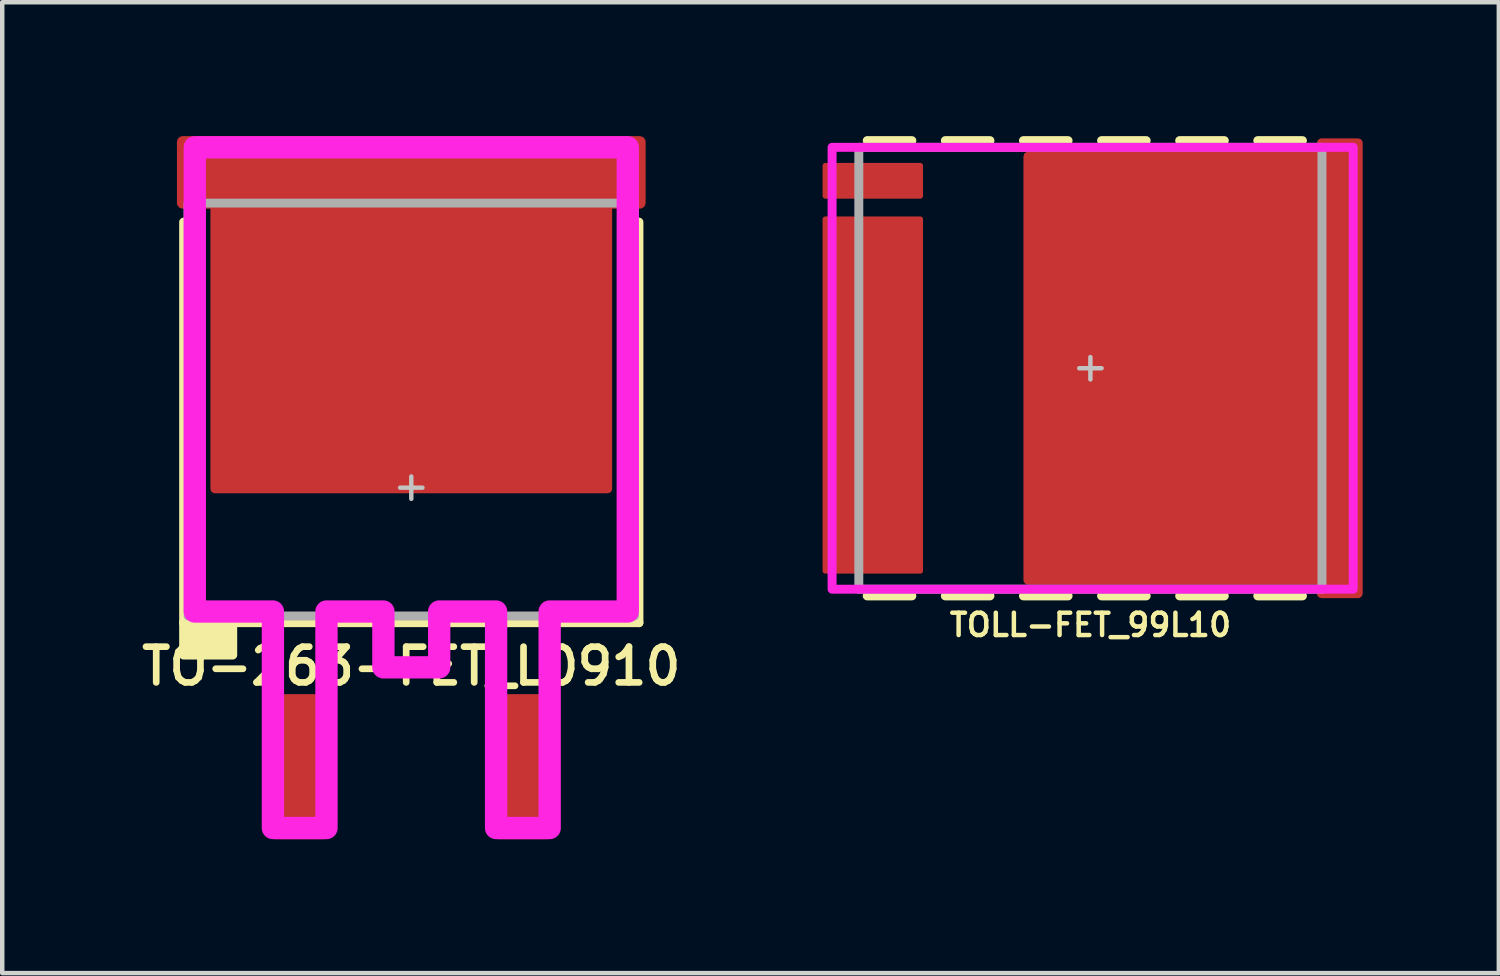
<source format=kicad_pcb>
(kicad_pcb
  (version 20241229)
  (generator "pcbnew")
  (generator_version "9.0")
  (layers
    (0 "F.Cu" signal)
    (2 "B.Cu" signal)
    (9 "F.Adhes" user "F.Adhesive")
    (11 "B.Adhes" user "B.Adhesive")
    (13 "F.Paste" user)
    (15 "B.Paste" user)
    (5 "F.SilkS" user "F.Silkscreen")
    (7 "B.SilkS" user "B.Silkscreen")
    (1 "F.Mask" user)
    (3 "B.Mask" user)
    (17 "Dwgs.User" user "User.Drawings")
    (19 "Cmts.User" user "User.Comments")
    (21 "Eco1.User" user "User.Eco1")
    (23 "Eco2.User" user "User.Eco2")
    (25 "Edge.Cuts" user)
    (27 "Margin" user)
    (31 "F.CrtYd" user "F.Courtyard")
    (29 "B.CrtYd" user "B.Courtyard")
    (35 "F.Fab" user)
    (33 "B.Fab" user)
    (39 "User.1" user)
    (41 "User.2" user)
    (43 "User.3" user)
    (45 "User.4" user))
  (footprint "TOLL-FET_99L10"
    (layer "F.Cu")
    (at 21.378 5.2)
    (property "Reference" "TOLL-FET_99L10" (at 0 5.75 0) (unlocked yes) (layer "F.SilkS") (effects (font (size 0.5 0.5) (thickness 0.1))))
    (attr smd)
    (fp_poly (pts (xy 6.025 -5.075) (xy 6.025 5.075) (xy 5.15 5.075) (xy 5.15 4.25) (xy 2.1 4.25) (xy 2.1 4.775) (xy -1.425 4.775) (xy -1.425 -4.775) (xy 2.1 -4.775) (xy 2.1 -4.25) (xy 5.15 -4.25) (xy 5.15 -5.075)) (stroke (width 0.25) (type solid)) (fill yes) (layer "F.Mask"))
    (fp_poly (pts (xy -5.95 -3.35) (xy -3.8 -3.35) (xy -3.8 4.55) (xy -5.95 4.55) (xy -5.95 3.85) (xy -4.7 3.85) (xy -4.7 3.35) (xy -5.95 3.35) (xy -5.95 2.65) (xy -4.7 2.65) (xy -4.7 2.15) (xy -5.95 2.15) (xy -5.95 1.45) (xy -4.7 1.45) (xy -4.7 0.95) (xy -5.95 0.95) (xy -5.95 0.25) (xy -4.7 0.25) (xy -4.7 -0.25) (xy -5.95 -0.25) (xy -5.95 -0.95) (xy -4.7 -0.95) (xy -4.7 -1.45) (xy -5.95 -1.45) (xy -5.95 -2.15) (xy -4.7 -2.15) (xy -4.7 -2.65) (xy -5.95 -2.65)) (stroke (width 0.2) (type solid)) (fill yes) (layer "F.Mask"))
    (fp_line (start -4 -5.1) (end -5 -5.1) (stroke (width 0.2) (type default)) (layer "F.SilkS"))
    (fp_line (start -4 5.1) (end -5 5.1) (stroke (width 0.2) (type default)) (layer "F.SilkS"))
    (fp_line (start -2.25 -5.1) (end -3.25 -5.1) (stroke (width 0.2) (type default)) (layer "F.SilkS"))
    (fp_line (start -2.25 5.1) (end -3.25 5.1) (stroke (width 0.2) (type default)) (layer "F.SilkS"))
    (fp_line (start -0.5 -5.1) (end -1.5 -5.1) (stroke (width 0.2) (type default)) (layer "F.SilkS"))
    (fp_line (start -0.5 5.1) (end -1.5 5.1) (stroke (width 0.2) (type default)) (layer "F.SilkS"))
    (fp_line (start 1.25 -5.1) (end 0.25 -5.1) (stroke (width 0.2) (type default)) (layer "F.SilkS"))
    (fp_line (start 1.25 5.1) (end 0.25 5.1) (stroke (width 0.2) (type default)) (layer "F.SilkS"))
    (fp_line (start 3 -5.1) (end 2 -5.1) (stroke (width 0.2) (type default)) (layer "F.SilkS"))
    (fp_line (start 3 5.1) (end 2 5.1) (stroke (width 0.2) (type default)) (layer "F.SilkS"))
    (fp_line (start 4.75 -5.1) (end 3.75 -5.1) (stroke (width 0.2) (type default)) (layer "F.SilkS"))
    (fp_line (start 4.75 5.1) (end 3.75 5.1) (stroke (width 0.2) (type default)) (layer "F.SilkS"))
    (fp_poly (pts (xy -3.85 1.475) (xy -3.85 2.125) (xy -5.9 2.125) (xy -5.9 1.475)) (stroke (width 0) (type solid)) (fill yes) (layer "F.Paste"))
    (fp_poly (pts (xy -3.85 -3.3) (xy -3.85 -2.675) (xy -5.9 -2.675) (xy -5.9 -3.3)) (stroke (width 0) (type solid)) (fill yes) (layer "F.Paste"))
    (fp_poly (pts (xy -3.85 -2.125) (xy -3.85 -1.475) (xy -5.9 -1.475) (xy -5.9 -2.125)) (stroke (width 0) (type solid)) (fill yes) (layer "F.Paste"))
    (fp_poly (pts (xy -3.85 -0.925) (xy -3.85 -0.275) (xy -5.9 -0.275) (xy -5.9 -0.925)) (stroke (width 0) (type solid)) (fill yes) (layer "F.Paste"))
    (fp_poly (pts (xy -3.85 0.275) (xy -3.85 0.925) (xy -5.9 0.925) (xy -5.9 0.275)) (stroke (width 0) (type solid)) (fill yes) (layer "F.Paste"))
    (fp_poly (pts (xy -3.85 2.675) (xy -3.85 3.325) (xy -5.9 3.325) (xy -5.9 2.675)) (stroke (width 0) (type solid)) (fill yes) (layer "F.Paste"))
    (fp_poly (pts (xy -3.85 3.875) (xy -3.85 4.5) (xy -5.9 4.5) (xy -5.9 3.875)) (stroke (width 0) (type solid)) (fill yes) (layer "F.Paste"))
    (fp_poly (pts (xy -0.125 -4.7) (xy -0.125 -3.4) (xy -1.35 -3.4) (xy -1.35 -4.7)) (stroke (width 0) (type solid)) (fill yes) (layer "F.Paste"))
    (fp_poly (pts (xy -0.125 -3.1) (xy -0.125 -1.8) (xy -1.35 -1.8) (xy -1.35 -3.1)) (stroke (width 0) (type solid)) (fill yes) (layer "F.Paste"))
    (fp_poly (pts (xy -0.125 -1.5) (xy -0.125 -0.15) (xy -1.35 -0.15) (xy -1.35 -1.5)) (stroke (width 0) (type solid)) (fill yes) (layer "F.Paste"))
    (fp_poly (pts (xy -0.125 1.5) (xy -0.125 0.15) (xy -1.35 0.15) (xy -1.35 1.5)) (stroke (width 0) (type solid)) (fill yes) (layer "F.Paste"))
    (fp_poly (pts (xy -0.125 3.1) (xy -0.125 1.8) (xy -1.35 1.8) (xy -1.35 3.1)) (stroke (width 0) (type solid)) (fill yes) (layer "F.Paste"))
    (fp_poly (pts (xy -0.125 4.7) (xy -0.125 3.4) (xy -1.35 3.4) (xy -1.35 4.7)) (stroke (width 0) (type solid)) (fill yes) (layer "F.Paste"))
    (fp_poly (pts (xy 1.4 -4.7) (xy 1.4 -3.4) (xy 0.175 -3.4) (xy 0.175 -4.7)) (stroke (width 0) (type solid)) (fill yes) (layer "F.Paste"))
    (fp_poly (pts (xy 1.4 -3.1) (xy 1.4 -1.8) (xy 0.175 -1.8) (xy 0.175 -3.1)) (stroke (width 0) (type solid)) (fill yes) (layer "F.Paste"))
    (fp_poly (pts (xy 1.4 -1.5) (xy 1.4 -0.15) (xy 0.175 -0.15) (xy 0.175 -1.5)) (stroke (width 0) (type solid)) (fill yes) (layer "F.Paste"))
    (fp_poly (pts (xy 1.4 1.5) (xy 1.4 0.15) (xy 0.175 0.15) (xy 0.175 1.5)) (stroke (width 0) (type solid)) (fill yes) (layer "F.Paste"))
    (fp_poly (pts (xy 1.4 3.1) (xy 1.4 1.8) (xy 0.175 1.8) (xy 0.175 3.1)) (stroke (width 0) (type solid)) (fill yes) (layer "F.Paste"))
    (fp_poly (pts (xy 1.4 4.7) (xy 1.4 3.4) (xy 0.175 3.4) (xy 0.175 4.7)) (stroke (width 0) (type solid)) (fill yes) (layer "F.Paste"))
    (fp_poly (pts (xy 2.9 -3) (xy 2.9 -1.75) (xy 1.7 -1.75) (xy 1.7 -3)) (stroke (width 0) (type solid)) (fill yes) (layer "F.Paste"))
    (fp_poly (pts (xy 2.9 -1.45) (xy 2.9 -0.15) (xy 1.7 -0.15) (xy 1.7 -1.45)) (stroke (width 0) (type solid)) (fill yes) (layer "F.Paste"))
    (fp_poly (pts (xy 2.9 1.45) (xy 2.9 0.15) (xy 1.7 0.15) (xy 1.7 1.45)) (stroke (width 0) (type solid)) (fill yes) (layer "F.Paste"))
    (fp_poly (pts (xy 2.9 3) (xy 2.9 1.75) (xy 1.7 1.75) (xy 1.7 3)) (stroke (width 0) (type solid)) (fill yes) (layer "F.Paste"))
    (fp_poly (pts (xy 4.425 -4.225) (xy 4.425 -3.075) (xy 3.2 -3.075) (xy 3.2 -4.225)) (stroke (width 0) (type solid)) (fill yes) (layer "F.Paste"))
    (fp_poly (pts (xy 4.425 -2.775) (xy 4.425 -1.625) (xy 3.2 -1.625) (xy 3.2 -2.775)) (stroke (width 0) (type solid)) (fill yes) (layer "F.Paste"))
    (fp_poly (pts (xy 4.425 -1.325) (xy 4.425 -0.15) (xy 3.2 -0.15) (xy 3.2 -1.325)) (stroke (width 0) (type solid)) (fill yes) (layer "F.Paste"))
    (fp_poly (pts (xy 4.425 0.125) (xy 4.425 1.325) (xy 3.2 1.325) (xy 3.2 0.125)) (stroke (width 0) (type solid)) (fill yes) (layer "F.Paste"))
    (fp_poly (pts (xy 4.425 2.775) (xy 4.425 1.625) (xy 3.2 1.625) (xy 3.2 2.775)) (stroke (width 0) (type solid)) (fill yes) (layer "F.Paste"))
    (fp_poly (pts (xy 4.425 4.225) (xy 4.425 3.075) (xy 3.2 3.075) (xy 3.2 4.225)) (stroke (width 0) (type solid)) (fill yes) (layer "F.Paste"))
    (fp_poly (pts (xy 5.95 -3.25) (xy 5.95 -1.85) (xy 4.725 -1.85) (xy 4.725 -3.25)) (stroke (width 0) (type solid)) (fill yes) (layer "F.Paste"))
    (fp_poly (pts (xy 5.95 -1.55) (xy 5.95 -0.15) (xy 4.725 -0.15) (xy 4.725 -1.55)) (stroke (width 0) (type solid)) (fill yes) (layer "F.Paste"))
    (fp_poly (pts (xy 5.95 1.525) (xy 5.95 0.125) (xy 4.725 0.125) (xy 4.725 1.525)) (stroke (width 0) (type solid)) (fill yes) (layer "F.Paste"))
    (fp_poly (pts (xy 5.95 3.225) (xy 5.95 1.825) (xy 4.725 1.825) (xy 4.725 3.225)) (stroke (width 0) (type solid)) (fill yes) (layer "F.Paste"))
    (fp_poly (pts (xy 1.7 -4.7) (xy 1.7 -3.3) (xy 2.9 -3.3) (xy 2.9 -4.225) (xy 2.075 -4.225) (xy 2.075 -4.7)) (stroke (width 0) (type solid)) (fill yes) (layer "F.Paste"))
    (fp_poly (pts (xy 1.7 4.7) (xy 1.7 3.3) (xy 2.9 3.3) (xy 2.9 4.225) (xy 2.075 4.225) (xy 2.075 4.7)) (stroke (width 0) (type solid)) (fill yes) (layer "F.Paste"))
    (fp_poly (pts (xy 5.95 -3.55) (xy 5.95 -5) (xy 5.2 -5) (xy 5.2 -4.225) (xy 4.725 -4.225) (xy 4.725 -3.55)) (stroke (width 0) (type solid)) (fill yes) (layer "F.Paste"))
    (fp_poly (pts (xy 5.95 3.525) (xy 5.95 4.975) (xy 5.2 4.975) (xy 5.2 4.2) (xy 4.725 4.2) (xy 4.725 3.525)) (stroke (width 0) (type solid)) (fill yes) (layer "F.Paste"))
    (fp_line (start 0 -0.25) (end 0 0.25) (stroke (width 0.1) (type default)) (layer "Dwgs.User"))
    (fp_line (start 0.25 0) (end -0.25 0) (stroke (width 0.1) (type default)) (layer "Dwgs.User"))
    (fp_poly (pts (xy 5.888 -4.95) (xy 5.888 4.95) (xy -5.787 4.95) (xy -5.787 -4.95)) (stroke (width 0.2) (type default)) (fill no) (layer "F.CrtYd"))
    (fp_poly (pts (xy 5.188 -4.95) (xy 5.188 4.95) (xy -5.188 4.95) (xy -5.188 -4.95)) (stroke (width 0.2) (type default)) (fill no) (layer "F.Fab"))
    (pad "D" smd custom (at 2.3 0 270) (size 1 1) (layers "F.Cu") (options (anchor circle)) (primitives (gr_poly (pts (xy -5.05 -3.7) (xy 5.05 -3.7) (xy 5.05 -2.875) (xy 4.75 -2.875) (xy 4.75 3.7) (xy -4.75 3.7) (xy -4.75 -2.875) (xy -5.05 -2.875)) (width 0.2) (fill yes))))
    (pad "G" smd roundrect (at -4.875 -4.2) (size 2.25 0.8) (layers "F.Cu" "F.Mask" "F.Paste") (roundrect_rratio 0.075))
    (pad "S" smd roundrect (at -4.875 0.6 270) (size 8 2.25) (layers "F.Cu") (roundrect_rratio 0.025)))
  (footprint "TO-263-FET_L0910"
    (layer "F.Cu")
    (at 6.164 7.875)
    (property "Reference" "TO-263-FET_L0910" (at 0 4 0) (unlocked yes) (layer "F.SilkS") (effects (font (size 0.8 0.8) (thickness 0.15))))
    (attr smd)
    (fp_line (start -5.1 3.025) (end -5.1 -5.95) (stroke (width 0.2) (type default)) (layer "F.SilkS"))
    (fp_line (start 5.1 -5.95) (end 5.1 3.025) (stroke (width 0.2) (type default)) (layer "F.SilkS"))
    (fp_line (start 5.1 3.025) (end -5.1 3.025) (stroke (width 0.2) (type default)) (layer "F.SilkS"))
    (fp_rect (start -5.1 3.025) (end -4 3.75) (stroke (width 0.2) (type solid)) (fill yes) (layer "F.SilkS"))
    (fp_rect (start -4.25 -7.5) (end -2.5 -5.5) (stroke (width 0) (type solid)) (fill yes) (layer "F.Paste"))
    (fp_rect (start -4.25 -5) (end -2.5 -2.75) (stroke (width 0) (type solid)) (fill yes) (layer "F.Paste"))
    (fp_rect (start -4.25 -2.25) (end -2.5 -0.25) (stroke (width 0) (type solid)) (fill yes) (layer "F.Paste"))
    (fp_rect (start -2 -7.5) (end -0.25 -5.5) (stroke (width 0) (type solid)) (fill yes) (layer "F.Paste"))
    (fp_rect (start -2 -5) (end -0.25 -2.75) (stroke (width 0) (type solid)) (fill yes) (layer "F.Paste"))
    (fp_rect (start -2 -2.25) (end -0.25 -0.25) (stroke (width 0) (type solid)) (fill yes) (layer "F.Paste"))
    (fp_rect (start 0.25 -7.5) (end 2 -5.5) (stroke (width 0) (type solid)) (fill yes) (layer "F.Paste"))
    (fp_rect (start 0.25 -5) (end 2 -2.75) (stroke (width 0) (type solid)) (fill yes) (layer "F.Paste"))
    (fp_rect (start 0.25 -2.25) (end 2 -0.25) (stroke (width 0) (type solid)) (fill yes) (layer "F.Paste"))
    (fp_rect (start 2.5 -7.5) (end 4.25 -5.5) (stroke (width 0) (type solid)) (fill yes) (layer "F.Paste"))
    (fp_rect (start 2.5 -5) (end 4.25 -2.75) (stroke (width 0) (type solid)) (fill yes) (layer "F.Paste"))
    (fp_rect (start 2.5 -2.25) (end 4.25 -0.25) (stroke (width 0) (type solid)) (fill yes) (layer "F.Paste"))
    (fp_line (start -0.25 0) (end 0.25 0) (stroke (width 0.1) (type solid)) (layer "Dwgs.User"))
    (fp_line (start 0 -0.25) (end 0 0.25) (stroke (width 0.1) (type solid)) (layer "Dwgs.User"))
    (fp_poly (pts (xy -4.85 -7.625) (xy 4.85 -7.625) (xy 4.85 2.775) (xy 3.1 2.775) (xy 3.1 7.625) (xy 1.9 7.625) (xy 1.9 2.775) (xy 0.625 2.775) (xy 0.625 4.025) (xy -0.625 4.025) (xy -0.625 2.775) (xy -1.9 2.775) (xy -1.9 7.625) (xy -3.1 7.625) (xy -3.1 2.775) (xy -4.85 2.775)) (stroke (width 0.5) (type solid)) (fill no) (layer "F.CrtYd"))
    (fp_rect (start -5 -6.375) (end 5 2.875) (stroke (width 0.2) (type solid)) (fill no) (layer "F.Fab"))
    (pad "D" smd custom (at 0 -3.875) (size 8 8) (layers "F.Cu" "F.Mask") (options (anchor circle)) (primitives (gr_poly (pts (xy -4.5 -3.9) (xy -4.492 -3.938) (xy -4.471 -3.971) (xy -4.438 -3.992) (xy -4.4 -4) (xy 4.4 -4) (xy 4.438 -3.992) (xy 4.471 -3.971) (xy 4.492 -3.938) (xy 4.5 -3.9) (xy 4.5 3.9) (xy 4.492 3.938) (xy 4.471 3.971) (xy 4.438 3.992) (xy 4.4 4) (xy -4.4 4) (xy -4.438 3.992) (xy -4.471 3.971) (xy -4.492 3.938) (xy -4.5 3.9)) (width 0) (fill yes)) (gr_poly (pts (xy -5.125 -3.875) (xy -5.125 -2.5) (xy -4.375 -2.5) (xy -4.375 3.875) (xy 4.375 3.875) (xy 4.375 -2.5) (xy 5.125 -2.5) (xy 5.125 -3.875)) (width 0.25) (fill yes))))
    (pad "G" smd roundrect (at -2.5 6.25 90) (size 3.25 1.2) (layers "F.Cu" "F.Mask" "F.Paste") (roundrect_rratio 0.05))
    (pad "S" smd roundrect (at 2.5 6.25 90) (size 3.25 1.2) (layers "F.Cu" "F.Mask" "F.Paste") (roundrect_rratio 0.05)))
  (gr_rect
    (start -3 -3)
    (end 30.528 18.75)
    (stroke (width 0.1) (type default))
    (fill no)
    (layer "Edge.Cuts")))
</source>
